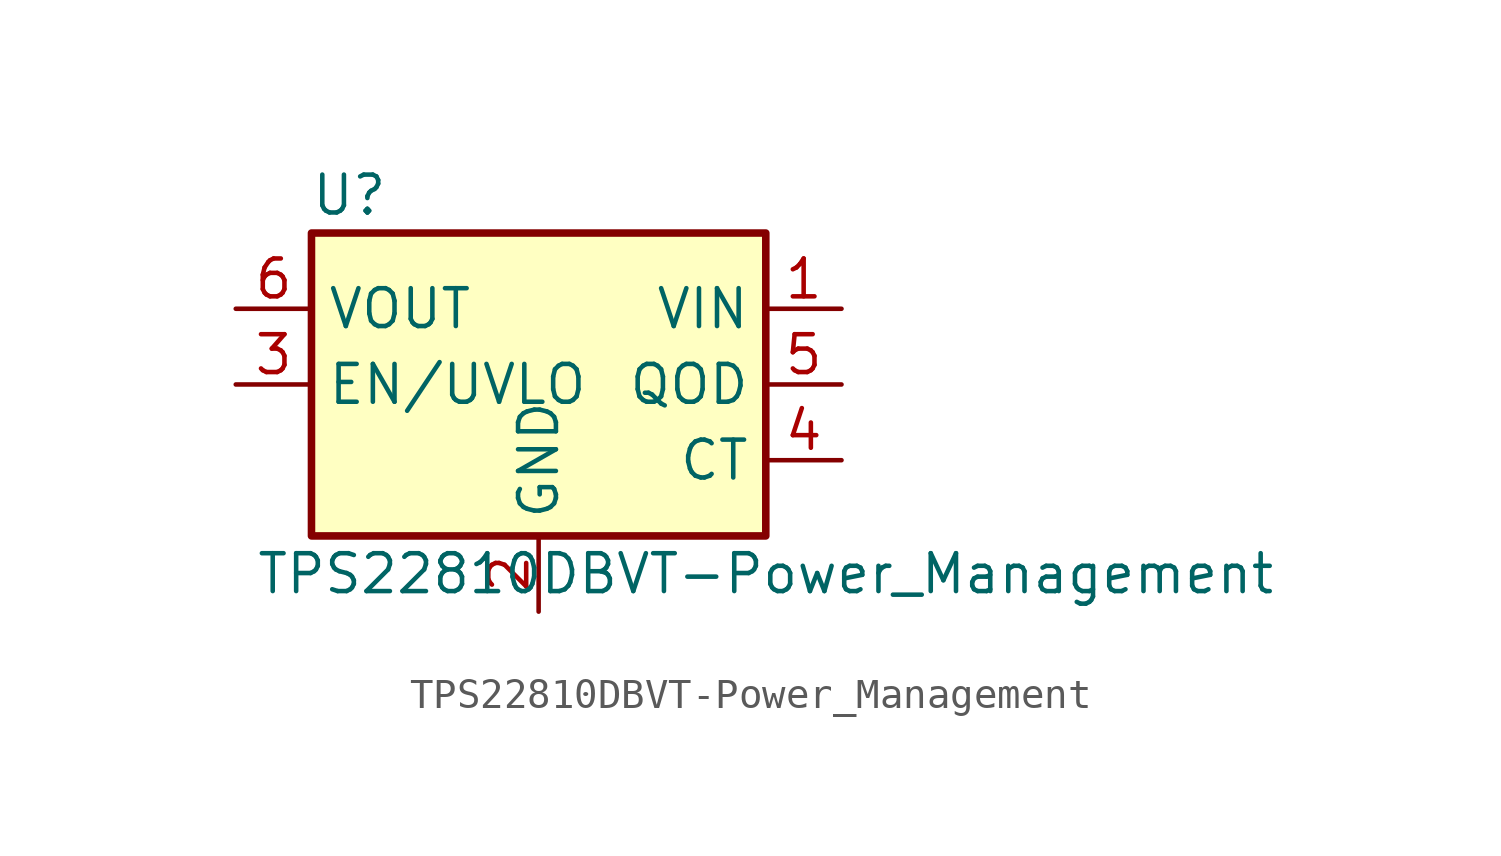
<source format=kicad_sym>
(kicad_symbol_lib
  (version 20211014)
  (generator kicad_symbol_editor)
  (symbol "TPS22810DBVT-Power_Management"
    (property "Reference" "U"
      (at -6.35 6.35 0)
      (effects (font (size 1.27 1.27))))
    (property "Value" "TPS22810DBVT-Power_Management"
      (at 7.62 -6.35 0)
      (effects (font (size 1.27 1.27))))
    (symbol "TPS22810DBVT-Power_Management_1_1"
      (rectangle (start -7.62 5.08) (end 7.62 -5.08) (stroke (width 0.254) (type default) (color 0 0 0 0)) (fill (type background)))
      (pin power_in line (at 10.16 2.54 180) (length 2.54) (name "VIN" (effects (font (size 1.27 1.27)))) (number "1" (effects (font (size 1.27 1.27)))))
      (pin power_in line (at 0 -7.62 90) (length 2.54) (name "GND" (effects (font (size 1.27 1.27)))) (number "2" (effects (font (size 1.27 1.27)))))
      (pin input line (at -10.16 0 0) (length 2.54) (name "EN/UVLO" (effects (font (size 1.27 1.27)))) (number "3" (effects (font (size 1.27 1.27)))))
      (pin output line (at 10.16 -2.54 180) (length 2.54) (name "CT" (effects (font (size 1.27 1.27)))) (number "4" (effects (font (size 1.27 1.27)))))
      (pin open_collector line (at 10.16 0 180) (length 2.54) (name "QOD" (effects (font (size 1.27 1.27)))) (number "5" (effects (font (size 1.27 1.27)))))
      (pin power_out line (at -10.16 2.54 0) (length 2.54) (name "VOUT" (effects (font (size 1.27 1.27)))) (number "6" (effects (font (size 1.27 1.27))))))))
</source>
